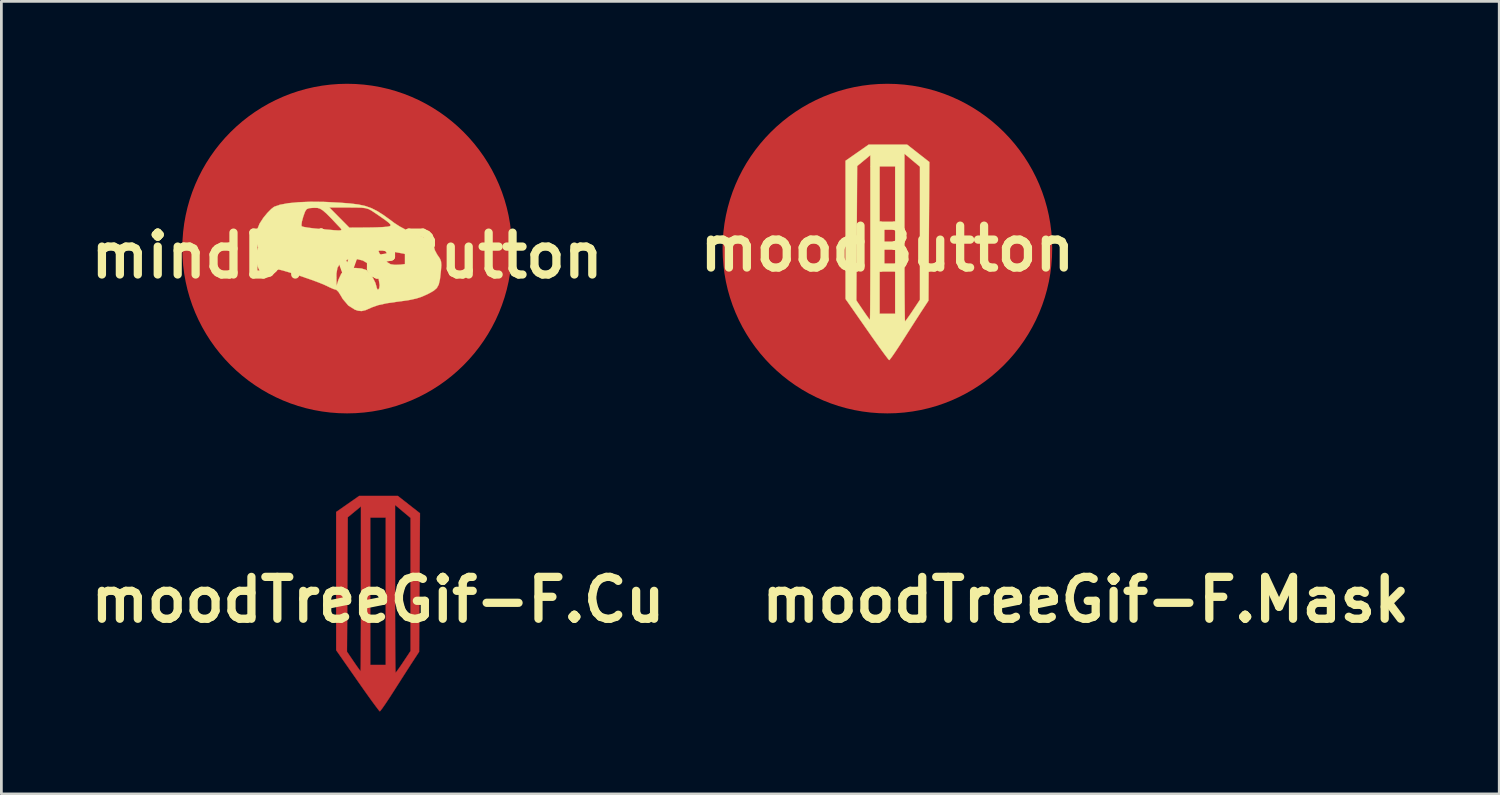
<source format=kicad_pcb>
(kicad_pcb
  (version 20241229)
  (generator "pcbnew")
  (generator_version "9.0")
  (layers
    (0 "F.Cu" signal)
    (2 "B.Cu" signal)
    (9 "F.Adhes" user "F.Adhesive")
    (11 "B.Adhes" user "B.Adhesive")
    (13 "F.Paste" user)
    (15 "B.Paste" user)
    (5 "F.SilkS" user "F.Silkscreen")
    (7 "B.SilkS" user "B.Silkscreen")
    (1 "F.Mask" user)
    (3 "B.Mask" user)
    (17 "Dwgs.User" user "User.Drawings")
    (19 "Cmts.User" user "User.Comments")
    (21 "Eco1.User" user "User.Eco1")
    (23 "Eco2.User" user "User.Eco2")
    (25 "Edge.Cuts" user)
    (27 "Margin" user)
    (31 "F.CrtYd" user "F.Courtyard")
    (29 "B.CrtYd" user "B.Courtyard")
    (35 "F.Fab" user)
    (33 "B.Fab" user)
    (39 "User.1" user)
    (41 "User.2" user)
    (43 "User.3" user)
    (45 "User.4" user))
  (footprint "moodTreeGif-F.Mask"
    (layer "F.Cu")
    (at 36.477 18.787)
    (property "Reference" "moodTreeGif-F.Mask" (at 0 0 0) (layer "F.SilkS") (effects (font (size 1.524 1.524) (thickness 0.3))))
    (attr through_hole)
    (fp_poly (pts (xy 1.125 -3.466) (xy 1.528 -3.151) (xy 1.512 -0.629) (xy 1.496 1.893) (xy 1.293 2.203) (xy 1.19 2.36) (xy 1.044 2.587) (xy 0.87 2.859) (xy 0.684 3.15) (xy 0.596 3.288) (xy 0.429 3.548) (xy 0.281 3.771) (xy 0.164 3.94) (xy 0.088 4.04) (xy 0.066 4.061) (xy 0.024 4.016) (xy -0.072 3.89) (xy -0.214 3.698) (xy -0.392 3.45) (xy -0.597 3.161) (xy -0.747 2.946) (xy -1.485 1.888) (xy -1.13 1.888) (xy -0.89 2.242) (xy -0.774 2.411) (xy -0.684 2.536) (xy -0.638 2.595) (xy -0.635 2.596) (xy -0.633 2.542) (xy -0.63 2.384) (xy -0.628 2.135) (xy -0.626 1.804) (xy -0.624 1.401) (xy -0.622 0.938) (xy -0.621 0.423) (xy -0.621 -0.131) (xy -0.621 -0.402) (xy -0.621 -2.992) (xy -0.282 -2.992) (xy -0.282 2.371) (xy 0.282 2.371) (xy 0.282 -0.4) (xy 0.621 -0.4) (xy 0.621 0.175) (xy 0.622 0.715) (xy 0.624 1.209) (xy 0.626 1.647) (xy 0.629 2.02) (xy 0.632 2.315) (xy 0.635 2.524) (xy 0.639 2.636) (xy 0.641 2.653) (xy 0.679 2.609) (xy 0.763 2.493) (xy 0.878 2.326) (xy 0.923 2.258) (xy 1.185 1.864) (xy 1.185 -0.559) (xy 1.185 -2.981) (xy 0.621 -3.454) (xy 0.621 -0.4) (xy 0.282 -0.4) (xy 0.282 -2.992) (xy -0.282 -2.992) (xy -0.621 -2.992) (xy -0.621 -3.401) (xy -0.861 -3.203) (xy -1.101 -3.005) (xy -1.115 -0.558) (xy -1.13 1.888) (xy -1.485 1.888) (xy -1.523 1.834) (xy -1.524 -3.197) (xy -1.105 -3.489) (xy -0.686 -3.782) (xy 0.722 -3.782) (xy 1.125 -3.466)) (stroke (width 0.01) (type solid)) (fill yes) (layer "F.Mask")))
  (footprint "moodButton"
    (layer "F.Cu")
    (at 29.257 6)
    (property "Reference" "moodButton" (at 0 0 0) (layer "F.SilkS") (effects (font (size 1.524 1.524) (thickness 0.3))))
    (attr through_hole)
    (fp_poly (pts (xy 1.125 -3.466) (xy 1.528 -3.151) (xy 1.512 -0.629) (xy 1.496 1.893) (xy 1.293 2.203) (xy 1.19 2.36) (xy 1.044 2.587) (xy 0.87 2.859) (xy 0.684 3.15) (xy 0.596 3.288) (xy 0.429 3.548) (xy 0.281 3.771) (xy 0.164 3.94) (xy 0.088 4.04) (xy 0.066 4.061) (xy 0.024 4.016) (xy -0.072 3.89) (xy -0.214 3.698) (xy -0.392 3.45) (xy -0.597 3.161) (xy -0.747 2.946) (xy -1.485 1.888) (xy -1.13 1.888) (xy -0.89 2.242) (xy -0.774 2.411) (xy -0.684 2.536) (xy -0.638 2.595) (xy -0.635 2.596) (xy -0.633 2.542) (xy -0.63 2.384) (xy -0.628 2.135) (xy -0.626 1.804) (xy -0.624 1.401) (xy -0.622 0.938) (xy -0.621 0.423) (xy -0.621 -0.131) (xy -0.621 -0.402) (xy -0.621 -2.992) (xy -0.282 -2.992) (xy -0.282 2.371) (xy 0.282 2.371) (xy 0.282 -0.4) (xy 0.621 -0.4) (xy 0.621 0.175) (xy 0.622 0.715) (xy 0.624 1.209) (xy 0.626 1.647) (xy 0.629 2.02) (xy 0.632 2.315) (xy 0.635 2.524) (xy 0.639 2.636) (xy 0.641 2.653) (xy 0.679 2.609) (xy 0.763 2.493) (xy 0.878 2.326) (xy 0.923 2.258) (xy 1.185 1.864) (xy 1.185 -0.559) (xy 1.185 -2.981) (xy 0.621 -3.454) (xy 0.621 -0.4) (xy 0.282 -0.4) (xy 0.282 -2.992) (xy -0.282 -2.992) (xy -0.621 -2.992) (xy -0.621 -3.401) (xy -0.861 -3.203) (xy -1.101 -3.005) (xy -1.115 -0.558) (xy -1.13 1.888) (xy -1.485 1.888) (xy -1.523 1.834) (xy -1.524 -3.197) (xy -1.105 -3.489) (xy -0.686 -3.782) (xy 0.722 -3.782) (xy 1.125 -3.466)) (stroke (width 0.01) (type solid)) (fill yes) (layer "F.SilkS"))
    (pad "1" smd circle (at 0 0) (size 12 12) (layers "F.Cu" "F.Mask" "F.Paste")))
  (footprint "mindDriveButton"
    (layer "F.Cu")
    (at 9.587 6.254)
    (property "Reference" "mindDriveButton" (at 0 0 0) (layer "F.SilkS") (effects (font (size 1.524 1.524) (thickness 0.3))))
    (attr through_hole)
    (fp_poly (pts (xy -0.851 -1.954) (xy -0.734 -1.949) (xy -0.268 -1.925) (xy 0.107 -1.897) (xy 0.41 -1.859) (xy 0.663 -1.804) (xy 0.887 -1.725) (xy 1.102 -1.616) (xy 1.33 -1.471) (xy 1.591 -1.282) (xy 1.722 -1.183) (xy 1.916 -1.058) (xy 2.167 -0.924) (xy 2.425 -0.809) (xy 2.455 -0.797) (xy 2.756 -0.675) (xy 2.962 -0.573) (xy 3.088 -0.481) (xy 3.149 -0.39) (xy 3.161 -0.318) (xy 3.194 -0.194) (xy 3.276 -0.04) (xy 3.306 0.003) (xy 3.381 0.115) (xy 3.42 0.218) (xy 3.43 0.35) (xy 3.416 0.548) (xy 3.411 0.593) (xy 3.38 0.865) (xy 3.337 1.052) (xy 3.266 1.182) (xy 3.15 1.283) (xy 2.972 1.383) (xy 2.914 1.412) (xy 2.718 1.499) (xy 2.518 1.564) (xy 2.28 1.616) (xy 1.973 1.662) (xy 1.852 1.677) (xy 1.445 1.736) (xy 1.135 1.804) (xy 0.905 1.884) (xy 0.878 1.897) (xy 0.676 1.986) (xy 0.529 2.021) (xy 0.397 2.008) (xy 0.282 1.969) (xy 0.044 1.818) (xy -0.161 1.576) (xy -0.232 1.453) (xy -0.315 1.322) (xy -0.391 1.248) (xy -0.411 1.242) (xy -0.498 1.217) (xy -0.643 1.153) (xy -0.734 1.108) (xy -0.872 1.045) (xy -1.081 0.963) (xy -1.337 0.869) (xy -1.533 0.801) (xy -0.389 0.801) (xy -0.383 1.101) (xy -0.315 0.881) (xy -0.209 0.655) (xy -0.047 0.517) (xy 0.186 0.457) (xy 0.304 0.452) (xy 0.524 0.471) (xy 0.693 0.523) (xy 0.722 0.54) (xy 0.831 0.652) (xy 0.942 0.819) (xy 1.031 0.998) (xy 1.072 1.143) (xy 1.072 1.155) (xy 1.102 1.231) (xy 1.129 1.242) (xy 1.169 1.193) (xy 1.185 1.077) (xy 1.137 0.782) (xy 1.006 0.526) (xy 0.81 0.32) (xy 0.569 0.179) (xy 0.303 0.115) (xy 0.031 0.141) (xy -0.114 0.198) (xy -0.266 0.305) (xy -0.353 0.448) (xy -0.388 0.655) (xy -0.389 0.801) (xy -1.533 0.801) (xy -1.616 0.772) (xy -1.895 0.679) (xy -2.148 0.599) (xy -2.351 0.54) (xy -2.481 0.51) (xy -2.503 0.508) (xy -2.593 0.554) (xy -2.617 0.593) (xy -2.701 0.657) (xy -2.876 0.677) (xy -3.045 0.66) (xy -3.151 0.593) (xy -3.195 0.535) (xy -3.266 0.375) (xy -3.31 0.178) (xy -3.322 -0.015) (xy -3.296 -0.161) (xy -3.281 -0.186) (xy 1.134 -0.186) (xy 1.179 -0.078) (xy 1.314 0.092) (xy 1.333 0.113) (xy 1.47 0.249) (xy 1.585 0.317) (xy 1.725 0.337) (xy 1.77 0.338) (xy 1.952 0.33) (xy 2.103 0.31) (xy 2.126 0.304) (xy 2.238 0.229) (xy 2.286 0.107) (xy 2.263 0.009) (xy 2.189 -0.035) (xy 2.045 -0.074) (xy 1.974 -0.086) (xy 1.792 -0.119) (xy 1.642 -0.158) (xy 1.609 -0.17) (xy 1.471 -0.211) (xy 1.312 -0.24) (xy 1.179 -0.239) (xy 1.134 -0.186) (xy -3.281 -0.186) (xy -3.277 -0.193) (xy -3.238 -0.287) (xy -3.276 -0.4) (xy -3.333 -0.62) (xy -3.301 -0.882) (xy -3.206 -1.113) (xy -1.663 -1.113) (xy -1.653 -1.066) (xy -1.581 -1.043) (xy -1.423 -1.016) (xy -1.203 -0.988) (xy -1.016 -0.97) (xy -0.681 -0.941) (xy -0.445 -0.921) (xy -0.296 -0.914) (xy -0.22 -0.923) (xy -0.206 -0.949) (xy -0.239 -0.997) (xy -0.306 -1.067) (xy -0.345 -1.108) (xy -0.576 -1.354) (xy -0.749 -1.527) (xy -0.879 -1.641) (xy -0.984 -1.707) (xy -1.08 -1.736) (xy -1.183 -1.741) (xy -1.24 -1.738) (xy -1.386 -1.724) (xy -1.472 -1.689) (xy -1.529 -1.605) (xy -1.588 -1.444) (xy -1.597 -1.416) (xy -1.645 -1.243) (xy -1.663 -1.113) (xy -3.206 -1.113) (xy -3.184 -1.166) (xy -3.048 -1.376) (xy -2.904 -1.551) (xy -2.762 -1.695) (xy -2.69 -1.75) (xy -0.646 -1.75) (xy 0.081 -1.016) (xy 0.76 -1.02) (xy 1.034 -1.025) (xy 1.274 -1.035) (xy 1.452 -1.049) (xy 1.541 -1.064) (xy 1.581 -1.089) (xy 1.579 -1.127) (xy 1.525 -1.188) (xy 1.407 -1.281) (xy 1.214 -1.417) (xy 0.996 -1.565) (xy 0.878 -1.643) (xy 0.777 -1.695) (xy 0.669 -1.726) (xy 0.526 -1.743) (xy 0.322 -1.749) (xy 0.038 -1.75) (xy -0.646 -1.75) (xy -2.69 -1.75) (xy -2.654 -1.777) (xy -2.445 -1.85) (xy -2.142 -1.906) (xy -1.764 -1.942) (xy -1.327 -1.959) (xy -0.851 -1.954)) (stroke (width 0.01) (type solid)) (fill yes) (layer "F.SilkS"))
    (pad "1" smd circle (at 0 -0.254) (size 12 12) (layers "F.Cu" "F.Mask" "F.Paste")))
  (footprint "moodTreeGif-F.Cu"
    (layer "F.Cu")
    (at 10.712 18.787)
    (property "Reference" "moodTreeGif-F.Cu" (at 0 0 0) (layer "F.SilkS") (effects (font (size 1.524 1.524) (thickness 0.3))))
    (attr through_hole)
    (fp_poly (pts (xy 1.125 -3.466) (xy 1.528 -3.151) (xy 1.512 -0.629) (xy 1.496 1.893) (xy 1.293 2.203) (xy 1.19 2.36) (xy 1.044 2.587) (xy 0.87 2.859) (xy 0.684 3.15) (xy 0.596 3.288) (xy 0.429 3.548) (xy 0.281 3.771) (xy 0.164 3.94) (xy 0.088 4.04) (xy 0.066 4.061) (xy 0.024 4.016) (xy -0.072 3.89) (xy -0.214 3.698) (xy -0.392 3.45) (xy -0.597 3.161) (xy -0.747 2.946) (xy -1.485 1.888) (xy -1.13 1.888) (xy -0.89 2.242) (xy -0.774 2.411) (xy -0.684 2.536) (xy -0.638 2.595) (xy -0.635 2.596) (xy -0.633 2.542) (xy -0.63 2.384) (xy -0.628 2.135) (xy -0.626 1.804) (xy -0.624 1.401) (xy -0.622 0.938) (xy -0.621 0.423) (xy -0.621 -0.131) (xy -0.621 -0.402) (xy -0.621 -2.992) (xy -0.282 -2.992) (xy -0.282 2.371) (xy 0.282 2.371) (xy 0.282 -0.4) (xy 0.621 -0.4) (xy 0.621 0.175) (xy 0.622 0.715) (xy 0.624 1.209) (xy 0.626 1.647) (xy 0.629 2.02) (xy 0.632 2.315) (xy 0.635 2.524) (xy 0.639 2.636) (xy 0.641 2.653) (xy 0.679 2.609) (xy 0.763 2.493) (xy 0.878 2.326) (xy 0.923 2.258) (xy 1.185 1.864) (xy 1.185 -0.559) (xy 1.185 -2.981) (xy 0.621 -3.454) (xy 0.621 -0.4) (xy 0.282 -0.4) (xy 0.282 -2.992) (xy -0.282 -2.992) (xy -0.621 -2.992) (xy -0.621 -3.401) (xy -0.861 -3.203) (xy -1.101 -3.005) (xy -1.115 -0.558) (xy -1.13 1.888) (xy -1.485 1.888) (xy -1.523 1.834) (xy -1.524 -3.197) (xy -1.105 -3.489) (xy -0.686 -3.782) (xy 0.722 -3.782) (xy 1.125 -3.466)) (stroke (width 0.01) (type solid)) (fill yes) (layer "F.Cu")))
  (gr_rect
    (start -3 -3)
    (end 51.532 25.853)
    (stroke (width 0.1) (type default))
    (fill no)
    (layer "Edge.Cuts")))
</source>
